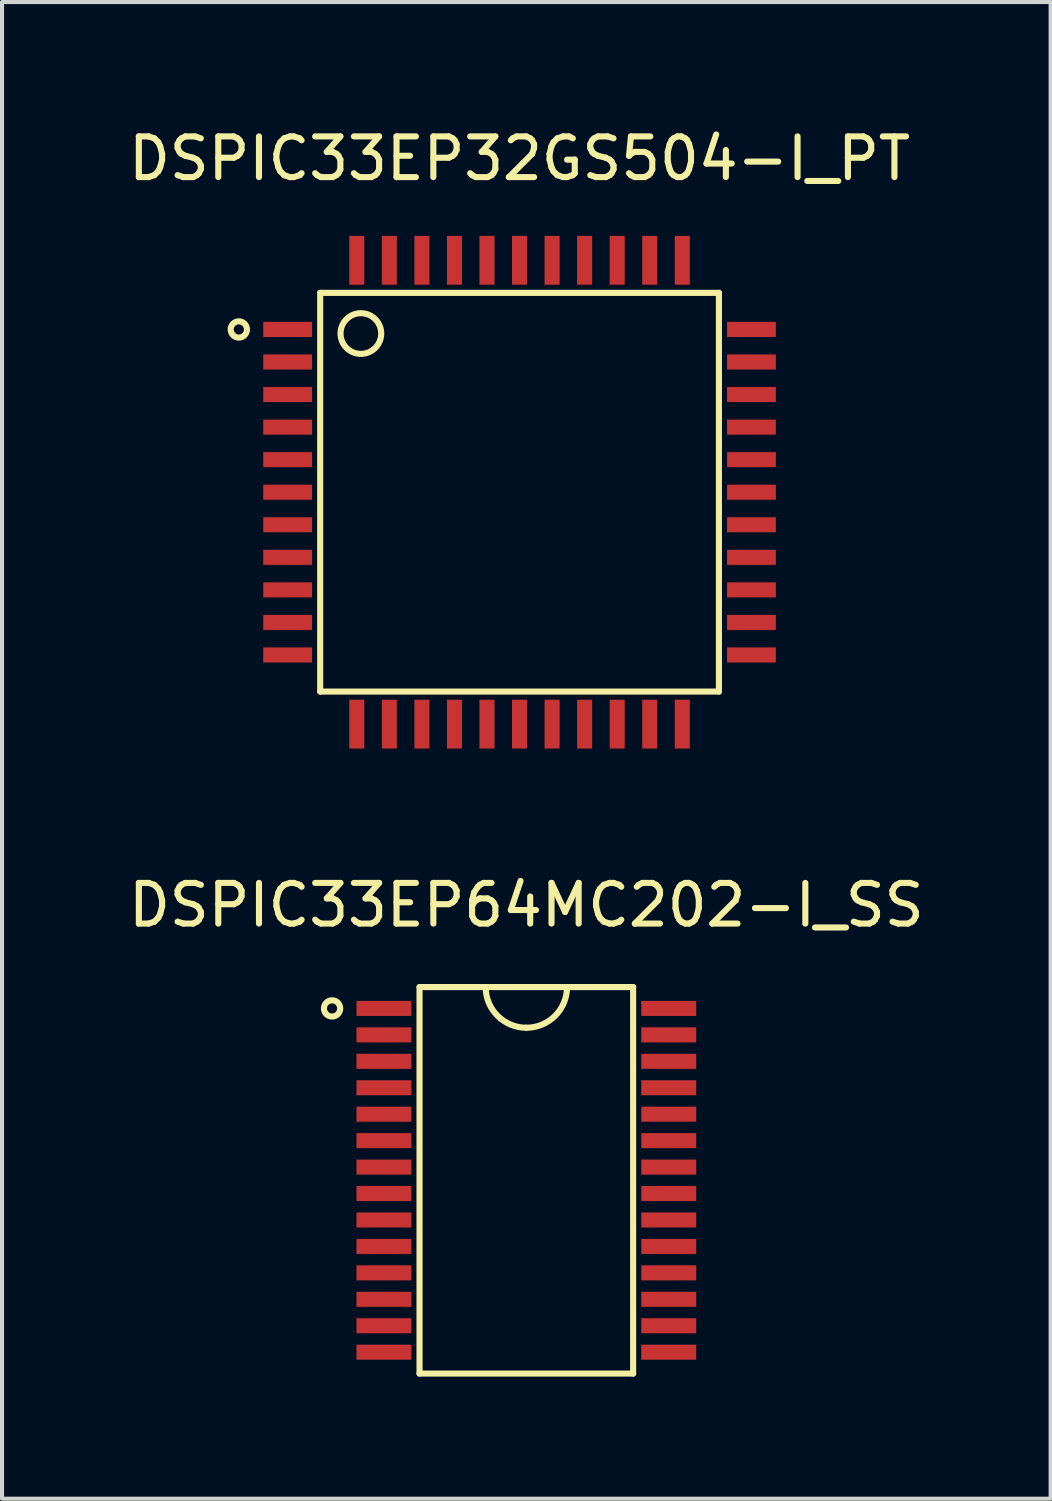
<source format=kicad_pcb>
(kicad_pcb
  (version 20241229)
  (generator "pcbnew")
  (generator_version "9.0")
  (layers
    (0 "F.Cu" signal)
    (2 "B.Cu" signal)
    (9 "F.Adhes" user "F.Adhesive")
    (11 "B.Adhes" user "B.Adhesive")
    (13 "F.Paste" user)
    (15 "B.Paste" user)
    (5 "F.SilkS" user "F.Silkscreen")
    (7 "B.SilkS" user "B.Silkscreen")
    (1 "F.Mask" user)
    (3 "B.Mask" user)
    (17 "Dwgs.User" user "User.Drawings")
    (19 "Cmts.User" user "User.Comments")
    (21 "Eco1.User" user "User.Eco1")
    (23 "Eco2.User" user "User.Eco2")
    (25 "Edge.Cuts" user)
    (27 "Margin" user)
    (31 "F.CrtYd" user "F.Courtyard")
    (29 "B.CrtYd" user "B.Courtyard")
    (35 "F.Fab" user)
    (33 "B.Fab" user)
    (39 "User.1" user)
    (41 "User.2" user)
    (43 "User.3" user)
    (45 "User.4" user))
  (footprint "DSPIC33EP32GS504-I_PT"
    (layer "F.Cu")
    (at 4.02 3.348)
    (property "Reference" "DSPIC33EP32GS504-I_PT" (at 5.7 -2.5 0) (layer "F.SilkS") (effects (font (size 1 1) (thickness 0.15))))
    (attr through_hole)
    (fp_line (start 0.8 0.8) (end 0.8 10.6) (stroke (width 0.15) (type solid)) (layer "F.SilkS"))
    (fp_line (start 0.8 0.8) (end 10.6 0.8) (stroke (width 0.15) (type solid)) (layer "F.SilkS"))
    (fp_line (start 0.8 10.6) (end 10.6 10.6) (stroke (width 0.15) (type solid)) (layer "F.SilkS"))
    (fp_line (start 10.6 10.6) (end 10.6 0.8) (stroke (width 0.15) (type solid)) (layer "F.SilkS"))
    (fp_circle (center -1.2 1.7) (end -1.2 1.5) (stroke (width 0.15) (type solid)) (fill no) (layer "F.SilkS"))
    (fp_circle (center 1.8 1.8) (end 1.8 1.3) (stroke (width 0.15) (type solid)) (fill no) (layer "F.SilkS"))
    (pad "1" smd rect (at 0 1.7) (size 1.2 0.37) (layers "F.Cu" "F.Mask" "F.Paste"))
    (pad "2" smd rect (at 0 2.5) (size 1.2 0.37) (layers "F.Cu" "F.Mask" "F.Paste"))
    (pad "3" smd rect (at 0 3.3) (size 1.2 0.37) (layers "F.Cu" "F.Mask" "F.Paste"))
    (pad "4" smd rect (at 0 4.1) (size 1.2 0.37) (layers "F.Cu" "F.Mask" "F.Paste"))
    (pad "5" smd rect (at 0 4.9) (size 1.2 0.37) (layers "F.Cu" "F.Mask" "F.Paste"))
    (pad "6" smd rect (at 0 5.7) (size 1.2 0.37) (layers "F.Cu" "F.Mask" "F.Paste"))
    (pad "7" smd rect (at 0 6.5) (size 1.2 0.37) (layers "F.Cu" "F.Mask" "F.Paste"))
    (pad "8" smd rect (at 0 7.3) (size 1.2 0.37) (layers "F.Cu" "F.Mask" "F.Paste"))
    (pad "9" smd rect (at 0 8.1) (size 1.2 0.37) (layers "F.Cu" "F.Mask" "F.Paste"))
    (pad "10" smd rect (at 0 8.9) (size 1.2 0.37) (layers "F.Cu" "F.Mask" "F.Paste"))
    (pad "11" smd rect (at 0 9.7) (size 1.2 0.37) (layers "F.Cu" "F.Mask" "F.Paste"))
    (pad "12" smd rect (at 1.7 11.4) (size 0.37 1.2) (layers "F.Cu" "F.Mask" "F.Paste"))
    (pad "13" smd rect (at 2.5 11.4) (size 0.37 1.2) (layers "F.Cu" "F.Mask" "F.Paste"))
    (pad "14" smd rect (at 3.3 11.4) (size 0.37 1.2) (layers "F.Cu" "F.Mask" "F.Paste"))
    (pad "15" smd rect (at 4.1 11.4) (size 0.37 1.2) (layers "F.Cu" "F.Mask" "F.Paste"))
    (pad "16" smd rect (at 4.9 11.4) (size 0.37 1.2) (layers "F.Cu" "F.Mask" "F.Paste"))
    (pad "17" smd rect (at 5.7 11.4) (size 0.37 1.2) (layers "F.Cu" "F.Mask" "F.Paste"))
    (pad "18" smd rect (at 6.5 11.4) (size 0.37 1.2) (layers "F.Cu" "F.Mask" "F.Paste"))
    (pad "19" smd rect (at 7.3 11.4) (size 0.37 1.2) (layers "F.Cu" "F.Mask" "F.Paste"))
    (pad "20" smd rect (at 8.1 11.4) (size 0.37 1.2) (layers "F.Cu" "F.Mask" "F.Paste"))
    (pad "21" smd rect (at 8.9 11.4) (size 0.37 1.2) (layers "F.Cu" "F.Mask" "F.Paste"))
    (pad "22" smd rect (at 9.7 11.4) (size 0.37 1.2) (layers "F.Cu" "F.Mask" "F.Paste"))
    (pad "23" smd rect (at 11.4 9.7) (size 1.2 0.37) (layers "F.Cu" "F.Mask" "F.Paste"))
    (pad "24" smd rect (at 11.4 8.9) (size 1.2 0.37) (layers "F.Cu" "F.Mask" "F.Paste"))
    (pad "25" smd rect (at 11.4 8.1) (size 1.2 0.37) (layers "F.Cu" "F.Mask" "F.Paste"))
    (pad "26" smd rect (at 11.4 7.3) (size 1.2 0.37) (layers "F.Cu" "F.Mask" "F.Paste"))
    (pad "27" smd rect (at 11.4 6.5) (size 1.2 0.37) (layers "F.Cu" "F.Mask" "F.Paste"))
    (pad "28" smd rect (at 11.4 5.7) (size 1.2 0.37) (layers "F.Cu" "F.Mask" "F.Paste"))
    (pad "29" smd rect (at 11.4 4.9) (size 1.2 0.37) (layers "F.Cu" "F.Mask" "F.Paste"))
    (pad "30" smd rect (at 11.4 4.1) (size 1.2 0.37) (layers "F.Cu" "F.Mask" "F.Paste"))
    (pad "31" smd rect (at 11.4 3.3) (size 1.2 0.37) (layers "F.Cu" "F.Mask" "F.Paste"))
    (pad "32" smd rect (at 11.4 2.5) (size 1.2 0.37) (layers "F.Cu" "F.Mask" "F.Paste"))
    (pad "33" smd rect (at 11.4 1.7) (size 1.2 0.37) (layers "F.Cu" "F.Mask" "F.Paste"))
    (pad "34" smd rect (at 9.7 0) (size 0.37 1.2) (layers "F.Cu" "F.Mask" "F.Paste"))
    (pad "35" smd rect (at 8.9 0) (size 0.37 1.2) (layers "F.Cu" "F.Mask" "F.Paste"))
    (pad "36" smd rect (at 8.1 0) (size 0.37 1.2) (layers "F.Cu" "F.Mask" "F.Paste"))
    (pad "37" smd rect (at 7.3 0) (size 0.37 1.2) (layers "F.Cu" "F.Mask" "F.Paste"))
    (pad "38" smd rect (at 6.5 0) (size 0.37 1.2) (layers "F.Cu" "F.Mask" "F.Paste"))
    (pad "39" smd rect (at 5.7 0) (size 0.37 1.2) (layers "F.Cu" "F.Mask" "F.Paste"))
    (pad "40" smd rect (at 4.9 0) (size 0.37 1.2) (layers "F.Cu" "F.Mask" "F.Paste"))
    (pad "41" smd rect (at 4.1 0) (size 0.37 1.2) (layers "F.Cu" "F.Mask" "F.Paste"))
    (pad "42" smd rect (at 3.3 0) (size 0.37 1.2) (layers "F.Cu" "F.Mask" "F.Paste"))
    (pad "43" smd rect (at 2.5 0) (size 0.37 1.2) (layers "F.Cu" "F.Mask" "F.Paste"))
    (pad "44" smd rect (at 1.7 0) (size 0.37 1.2) (layers "F.Cu" "F.Mask" "F.Paste")))
  (footprint "DSPIC33EP64MC202-I_SS"
    (layer "F.Cu")
    (at 6.387 21.736)
    (property "Reference" "DSPIC33EP64MC202-I_SS" (at 3.5 -2.54 0) (layer "F.SilkS") (effects (font (size 1 1) (thickness 0.15))))
    (attr through_hole)
    (fp_line (start 0.875 -0.525) (end 6.125 -0.525) (stroke (width 0.15) (type solid)) (layer "F.SilkS"))
    (fp_line (start 0.875 8.975) (end 0.875 -0.525) (stroke (width 0.15) (type solid)) (layer "F.SilkS"))
    (fp_line (start 6.125 -0.525) (end 6.125 8.975) (stroke (width 0.15) (type solid)) (layer "F.SilkS"))
    (fp_line (start 6.125 8.975) (end 0.875 8.975) (stroke (width 0.15) (type solid)) (layer "F.SilkS"))
    (fp_arc (start 3.5 0.475) (mid 2.792893 0.182107) (end 2.5 -0.525) (stroke (width 0.15) (type solid)) (layer "F.SilkS"))
    (fp_arc (start 4.5 -0.525) (mid 4.207107 0.182107) (end 3.5 0.475) (stroke (width 0.15) (type solid)) (layer "F.SilkS"))
    (fp_circle (center -1.275 0) (end -1.275 0.2) (stroke (width 0.15) (type solid)) (fill no) (layer "F.SilkS"))
    (pad "1" smd rect (at 0 0) (size 1.35 0.37) (layers "F.Cu" "F.Mask" "F.Paste"))
    (pad "2" smd rect (at 0 0.65) (size 1.35 0.37) (layers "F.Cu" "F.Mask" "F.Paste"))
    (pad "3" smd rect (at 0 1.3) (size 1.35 0.37) (layers "F.Cu" "F.Mask" "F.Paste"))
    (pad "4" smd rect (at 0 1.95) (size 1.35 0.37) (layers "F.Cu" "F.Mask" "F.Paste"))
    (pad "5" smd rect (at 0 2.6) (size 1.35 0.37) (layers "F.Cu" "F.Mask" "F.Paste"))
    (pad "6" smd rect (at 0 3.25) (size 1.35 0.37) (layers "F.Cu" "F.Mask" "F.Paste"))
    (pad "7" smd rect (at 0 3.9) (size 1.35 0.37) (layers "F.Cu" "F.Mask" "F.Paste"))
    (pad "8" smd rect (at 0 4.55) (size 1.35 0.37) (layers "F.Cu" "F.Mask" "F.Paste"))
    (pad "9" smd rect (at 0 5.2) (size 1.35 0.37) (layers "F.Cu" "F.Mask" "F.Paste"))
    (pad "10" smd rect (at 0 5.85) (size 1.35 0.37) (layers "F.Cu" "F.Mask" "F.Paste"))
    (pad "11" smd rect (at 0 6.5) (size 1.35 0.37) (layers "F.Cu" "F.Mask" "F.Paste"))
    (pad "12" smd rect (at 0 7.15) (size 1.35 0.37) (layers "F.Cu" "F.Mask" "F.Paste"))
    (pad "13" smd rect (at 0 7.8) (size 1.35 0.37) (layers "F.Cu" "F.Mask" "F.Paste"))
    (pad "14" smd rect (at 0 8.45) (size 1.35 0.37) (layers "F.Cu" "F.Mask" "F.Paste"))
    (pad "15" smd rect (at 7 8.45) (size 1.35 0.37) (layers "F.Cu" "F.Mask" "F.Paste"))
    (pad "16" smd rect (at 7 7.8) (size 1.35 0.37) (layers "F.Cu" "F.Mask" "F.Paste"))
    (pad "17" smd rect (at 7 7.15) (size 1.35 0.37) (layers "F.Cu" "F.Mask" "F.Paste"))
    (pad "18" smd rect (at 7 6.5) (size 1.35 0.37) (layers "F.Cu" "F.Mask" "F.Paste"))
    (pad "19" smd rect (at 7 5.85) (size 1.35 0.37) (layers "F.Cu" "F.Mask" "F.Paste"))
    (pad "20" smd rect (at 7 5.2) (size 1.35 0.37) (layers "F.Cu" "F.Mask" "F.Paste"))
    (pad "21" smd rect (at 7 4.55) (size 1.35 0.37) (layers "F.Cu" "F.Mask" "F.Paste"))
    (pad "22" smd rect (at 7 3.9) (size 1.35 0.37) (layers "F.Cu" "F.Mask" "F.Paste"))
    (pad "23" smd rect (at 7 3.25) (size 1.35 0.37) (layers "F.Cu" "F.Mask" "F.Paste"))
    (pad "24" smd rect (at 7 2.6) (size 1.35 0.37) (layers "F.Cu" "F.Mask" "F.Paste"))
    (pad "25" smd rect (at 7 1.95) (size 1.35 0.37) (layers "F.Cu" "F.Mask" "F.Paste"))
    (pad "26" smd rect (at 7 1.3) (size 1.35 0.37) (layers "F.Cu" "F.Mask" "F.Paste"))
    (pad "27" smd rect (at 7 0.65) (size 1.35 0.37) (layers "F.Cu" "F.Mask" "F.Paste"))
    (pad "28" smd rect (at 7 0) (size 1.35 0.37) (layers "F.Cu" "F.Mask" "F.Paste")))
  (gr_rect
    (start -3 -3)
    (end 22.774 33.786)
    (stroke (width 0.1) (type default))
    (fill no)
    (layer "Edge.Cuts")))
</source>
